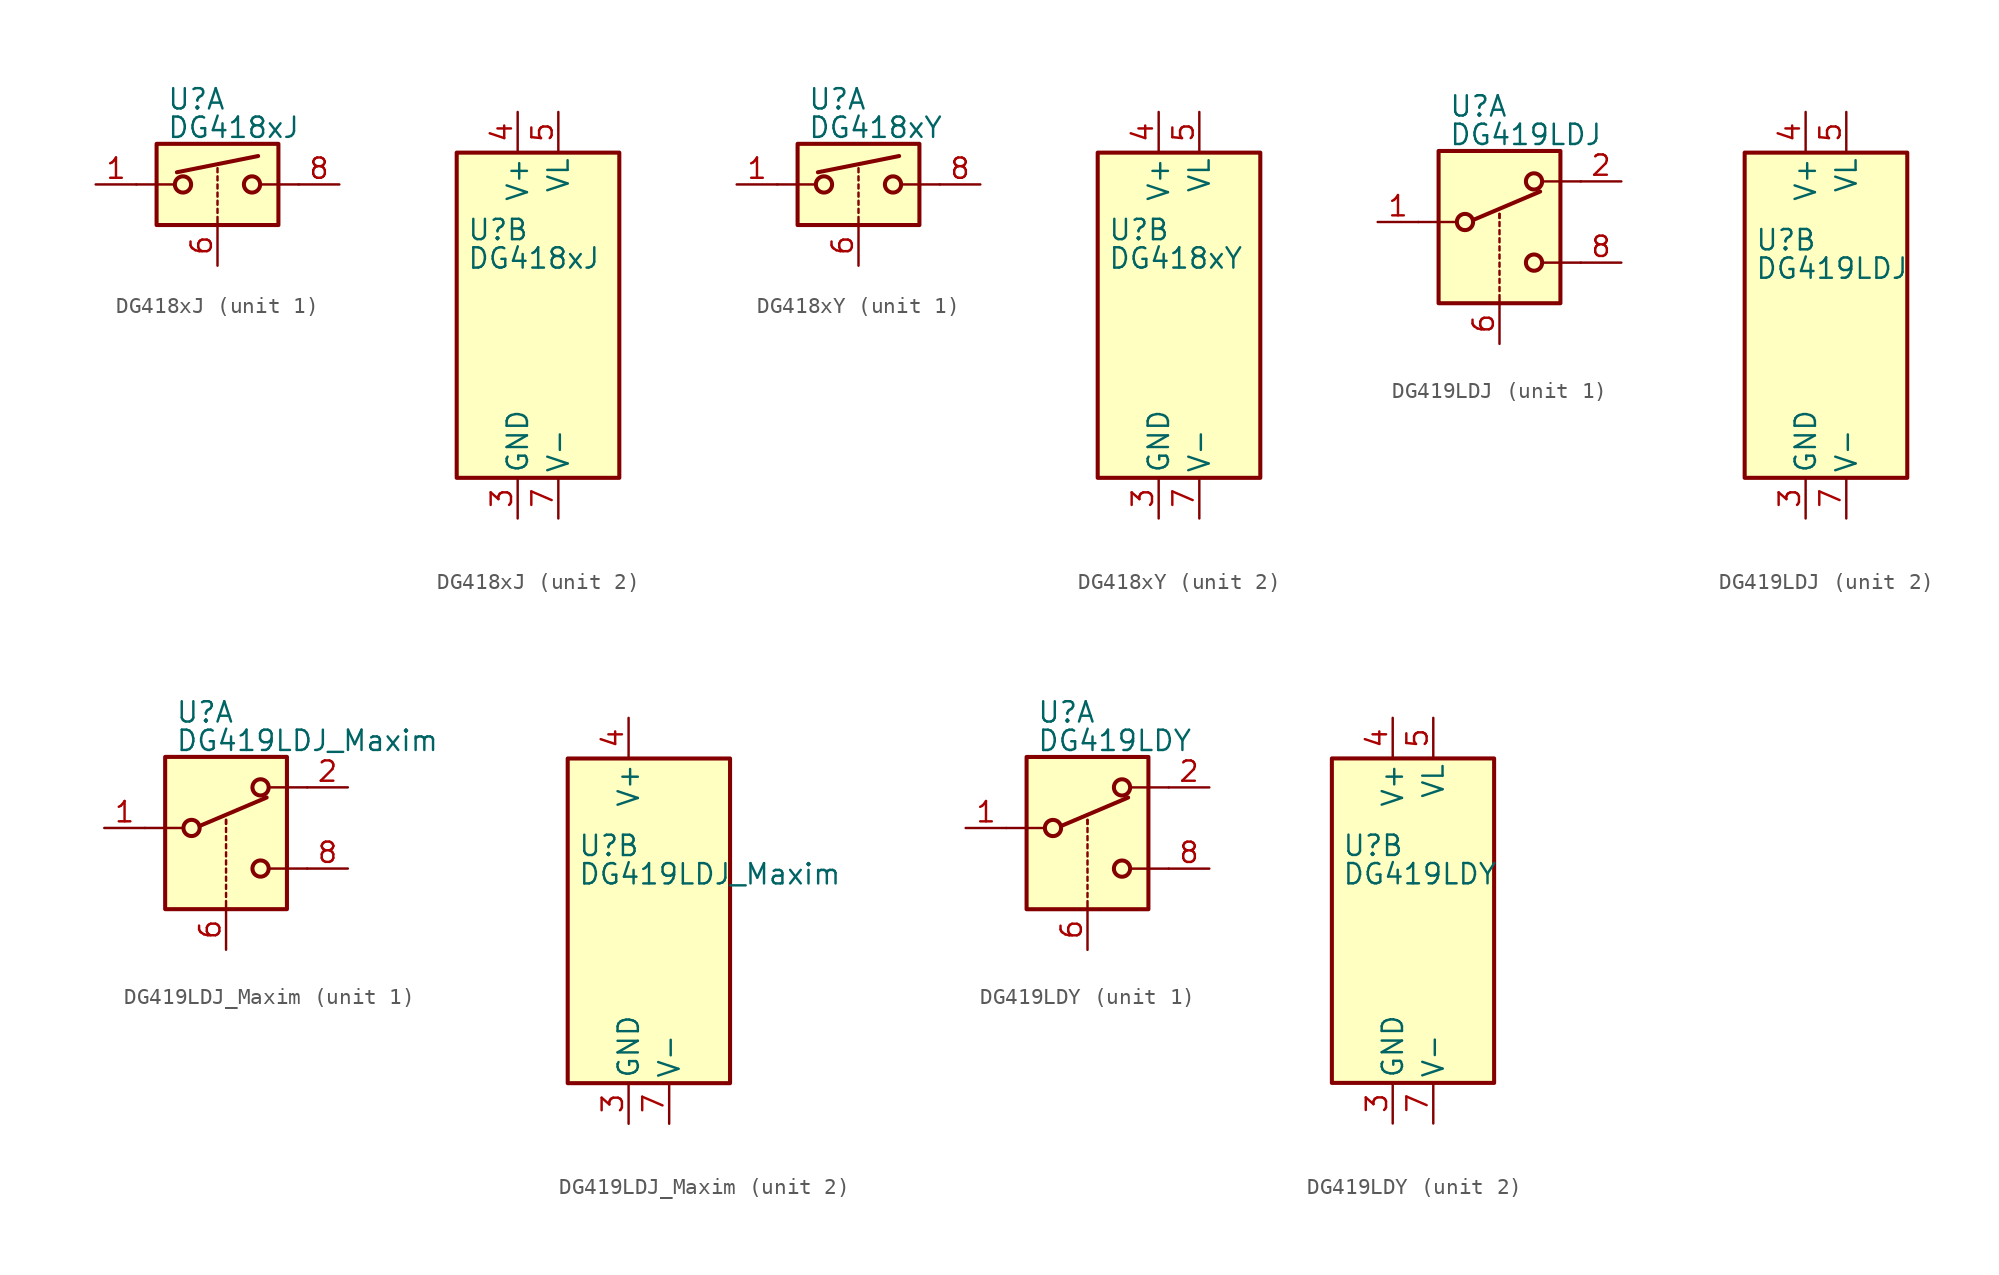
<source format=kicad_sym>
(kicad_symbol_lib
  (version 20211014)
  (generator kicad_symbol_editor)
  (symbol "DG418xJ"
    (pin_names
      (offset 0.254))
    (property "Reference" "U"
      (at -3.175 5.334 0)
      (effects (font (size 1.27 1.27)) (justify left)))
    (property "Value" "DG418xJ"
      (at -3.175 3.556 0)
      (effects (font (size 1.27 1.27)) (justify left)))
    (symbol "DG418xJ_1_1"
      (rectangle (start -3.81 2.54) (end 3.81 -2.54) (stroke (width 0.254) (type default) (color 0 0 0 0)) (fill (type background)))
      (circle (center -2.159 0) (radius 0.508) (stroke (width 0.254) (type default) (color 0 0 0 0)) (fill (type none)))
      (polyline (pts (xy -5.08 0) (xy -2.794 0)) (stroke (width 0) (type default) (color 0 0 0 0)) (fill (type none)))
      (polyline (pts (xy -2.54 0.762) (xy 2.54 1.778)) (stroke (width 0.254) (type default) (color 0 0 0 0)) (fill (type none)))
      (polyline (pts (xy 0 -2.54) (xy 0 -2.032)) (stroke (width 0) (type default) (color 0 0 0 0)) (fill (type none)))
      (polyline (pts (xy 0 -1.778) (xy 0 -1.524)) (stroke (width 0) (type default) (color 0 0 0 0)) (fill (type none)))
      (polyline (pts (xy 0 -1.27) (xy 0 -1.016)) (stroke (width 0) (type default) (color 0 0 0 0)) (fill (type none)))
      (polyline (pts (xy 0 -0.762) (xy 0 -0.508)) (stroke (width 0) (type default) (color 0 0 0 0)) (fill (type none)))
      (polyline (pts (xy 0 -0.254) (xy 0 0)) (stroke (width 0) (type default) (color 0 0 0 0)) (fill (type none)))
      (polyline (pts (xy 0 0.254) (xy 0 0.508)) (stroke (width 0) (type default) (color 0 0 0 0)) (fill (type none)))
      (polyline (pts (xy 0 0.762) (xy 0 1.016)) (stroke (width 0) (type default) (color 0 0 0 0)) (fill (type none)))
      (polyline (pts (xy 5.08 0) (xy 2.794 0)) (stroke (width 0) (type default) (color 0 0 0 0)) (fill (type none)))
      (circle (center 2.159 0) (radius 0.508) (stroke (width 0.254) (type default) (color 0 0 0 0)) (fill (type none)))
      (pin passive line (at -7.62 0 0) (length 2.54) (name "~" (effects (font (size 1.27 1.27)))) (number "1" (effects (font (size 1.27 1.27)))))
      (pin input line (at 0 -5.08 90) (length 2.54) (name "~" (effects (font (size 1.27 1.27)))) (number "6" (effects (font (size 1.27 1.27)))))
      (pin passive line (at 7.62 0 180) (length 2.54) (name "~" (effects (font (size 1.27 1.27)))) (number "8" (effects (font (size 1.27 1.27))))))
    (symbol "DG418xJ_2_0"
      (pin no_connect line (at -2.54 10.16 270) (length 2.54) hide (name "NC" (effects (font (size 1.27 1.27)))) (number "2" (effects (font (size 1.27 1.27)))))
      (pin power_in line (at 0 -12.7 90) (length 2.54) (name "GND" (effects (font (size 1.27 1.27)))) (number "3" (effects (font (size 1.27 1.27)))))
      (pin power_in line (at 0 12.7 270) (length 2.54) (name "V+" (effects (font (size 1.27 1.27)))) (number "4" (effects (font (size 1.27 1.27)))))
      (pin power_in line (at 2.54 12.7 270) (length 2.54) (name "VL" (effects (font (size 1.27 1.27)))) (number "5" (effects (font (size 1.27 1.27)))))
      (pin power_in line (at 2.54 -12.7 90) (length 2.54) (name "V-" (effects (font (size 1.27 1.27)))) (number "7" (effects (font (size 1.27 1.27))))))
    (symbol "DG418xJ_2_1"
      (rectangle (start -3.81 10.16) (end 6.35 -10.16) (stroke (width 0.254) (type default) (color 0 0 0 0)) (fill (type background)))))
  (symbol "DG418xY"
    (pin_names
      (offset 0.254))
    (property "Reference" "U"
      (at -3.175 5.334 0)
      (effects (font (size 1.27 1.27)) (justify left)))
    (property "Value" "DG418xY"
      (at -3.175 3.556 0)
      (effects (font (size 1.27 1.27)) (justify left)))
    (symbol "DG418xY_1_1"
      (rectangle (start -3.81 2.54) (end 3.81 -2.54) (stroke (width 0.254) (type default) (color 0 0 0 0)) (fill (type background)))
      (circle (center -2.159 0) (radius 0.508) (stroke (width 0.254) (type default) (color 0 0 0 0)) (fill (type none)))
      (polyline (pts (xy -5.08 0) (xy -2.794 0)) (stroke (width 0) (type default) (color 0 0 0 0)) (fill (type none)))
      (polyline (pts (xy -2.54 0.762) (xy 2.54 1.778)) (stroke (width 0.254) (type default) (color 0 0 0 0)) (fill (type none)))
      (polyline (pts (xy 0 -2.54) (xy 0 -2.032)) (stroke (width 0) (type default) (color 0 0 0 0)) (fill (type none)))
      (polyline (pts (xy 0 -1.778) (xy 0 -1.524)) (stroke (width 0) (type default) (color 0 0 0 0)) (fill (type none)))
      (polyline (pts (xy 0 -1.27) (xy 0 -1.016)) (stroke (width 0) (type default) (color 0 0 0 0)) (fill (type none)))
      (polyline (pts (xy 0 -0.762) (xy 0 -0.508)) (stroke (width 0) (type default) (color 0 0 0 0)) (fill (type none)))
      (polyline (pts (xy 0 -0.254) (xy 0 0)) (stroke (width 0) (type default) (color 0 0 0 0)) (fill (type none)))
      (polyline (pts (xy 0 0.254) (xy 0 0.508)) (stroke (width 0) (type default) (color 0 0 0 0)) (fill (type none)))
      (polyline (pts (xy 0 0.762) (xy 0 1.016)) (stroke (width 0) (type default) (color 0 0 0 0)) (fill (type none)))
      (polyline (pts (xy 5.08 0) (xy 2.794 0)) (stroke (width 0) (type default) (color 0 0 0 0)) (fill (type none)))
      (circle (center 2.159 0) (radius 0.508) (stroke (width 0.254) (type default) (color 0 0 0 0)) (fill (type none)))
      (pin passive line (at -7.62 0 0) (length 2.54) (name "~" (effects (font (size 1.27 1.27)))) (number "1" (effects (font (size 1.27 1.27)))))
      (pin input line (at 0 -5.08 90) (length 2.54) (name "~" (effects (font (size 1.27 1.27)))) (number "6" (effects (font (size 1.27 1.27)))))
      (pin passive line (at 7.62 0 180) (length 2.54) (name "~" (effects (font (size 1.27 1.27)))) (number "8" (effects (font (size 1.27 1.27))))))
    (symbol "DG418xY_2_0"
      (pin no_connect line (at -2.54 10.16 270) (length 2.54) hide (name "NC" (effects (font (size 1.27 1.27)))) (number "2" (effects (font (size 1.27 1.27)))))
      (pin power_in line (at 0 -12.7 90) (length 2.54) (name "GND" (effects (font (size 1.27 1.27)))) (number "3" (effects (font (size 1.27 1.27)))))
      (pin power_in line (at 0 12.7 270) (length 2.54) (name "V+" (effects (font (size 1.27 1.27)))) (number "4" (effects (font (size 1.27 1.27)))))
      (pin power_in line (at 2.54 12.7 270) (length 2.54) (name "VL" (effects (font (size 1.27 1.27)))) (number "5" (effects (font (size 1.27 1.27)))))
      (pin power_in line (at 2.54 -12.7 90) (length 2.54) (name "V-" (effects (font (size 1.27 1.27)))) (number "7" (effects (font (size 1.27 1.27))))))
    (symbol "DG418xY_2_1"
      (rectangle (start -3.81 10.16) (end 6.35 -10.16) (stroke (width 0.254) (type default) (color 0 0 0 0)) (fill (type background)))))
  (symbol "DG419LDJ"
    (pin_names
      (offset 0.254))
    (property "Reference" "U"
      (at -3.175 4.699 0)
      (effects (font (size 1.27 1.27)) (justify left)))
    (property "Value" "DG419LDJ"
      (at -3.175 2.921 0)
      (effects (font (size 1.27 1.27)) (justify left)))
    (symbol "DG419LDJ_1_1"
      (rectangle (start -3.81 1.905) (end 3.81 -7.62) (stroke (width 0.254) (type default) (color 0 0 0 0)) (fill (type background)))
      (circle (center -2.159 -2.54) (radius 0.508) (stroke (width 0.254) (type default) (color 0 0 0 0)) (fill (type none)))
      (polyline (pts (xy -5.08 -2.54) (xy -2.794 -2.54)) (stroke (width 0) (type default) (color 0 0 0 0)) (fill (type none)))
      (polyline (pts (xy -1.651 -2.413) (xy 2.54 -0.635)) (stroke (width 0.254) (type default) (color 0 0 0 0)) (fill (type none)))
      (polyline (pts (xy 0 -7.62) (xy 0 -7.112)) (stroke (width 0) (type default) (color 0 0 0 0)) (fill (type none)))
      (polyline (pts (xy 0 -6.858) (xy 0 -6.604)) (stroke (width 0) (type default) (color 0 0 0 0)) (fill (type none)))
      (polyline (pts (xy 0 -6.35) (xy 0 -6.096)) (stroke (width 0) (type default) (color 0 0 0 0)) (fill (type none)))
      (polyline (pts (xy 0 -5.842) (xy 0 -5.588)) (stroke (width 0) (type default) (color 0 0 0 0)) (fill (type none)))
      (polyline (pts (xy 0 -5.334) (xy 0 -5.08)) (stroke (width 0) (type default) (color 0 0 0 0)) (fill (type none)))
      (polyline (pts (xy 0 -4.826) (xy 0 -4.572)) (stroke (width 0) (type default) (color 0 0 0 0)) (fill (type none)))
      (polyline (pts (xy 0 -4.318) (xy 0 -4.064)) (stroke (width 0) (type default) (color 0 0 0 0)) (fill (type none)))
      (polyline (pts (xy 0 -3.81) (xy 0 -3.556)) (stroke (width 0) (type default) (color 0 0 0 0)) (fill (type none)))
      (polyline (pts (xy 0 -3.302) (xy 0 -3.048)) (stroke (width 0) (type default) (color 0 0 0 0)) (fill (type none)))
      (polyline (pts (xy 0 -2.794) (xy 0 -2.54)) (stroke (width 0) (type default) (color 0 0 0 0)) (fill (type none)))
      (polyline (pts (xy 0 -2.286) (xy 0 -2.032)) (stroke (width 0) (type default) (color 0 0 0 0)) (fill (type none)))
      (polyline (pts (xy 0 -2.286) (xy 0 -2.032)) (stroke (width 0) (type default) (color 0 0 0 0)) (fill (type none)))
      (polyline (pts (xy 5.08 -5.08) (xy 2.794 -5.08)) (stroke (width 0) (type default) (color 0 0 0 0)) (fill (type none)))
      (polyline (pts (xy 5.08 0) (xy 2.794 0)) (stroke (width 0) (type default) (color 0 0 0 0)) (fill (type none)))
      (circle (center 2.159 -5.08) (radius 0.508) (stroke (width 0.254) (type default) (color 0 0 0 0)) (fill (type none)))
      (circle (center 2.159 0) (radius 0.508) (stroke (width 0.254) (type default) (color 0 0 0 0)) (fill (type none)))
      (pin passive line (at -7.62 -2.54 0) (length 2.54) (name "~" (effects (font (size 1.27 1.27)))) (number "1" (effects (font (size 1.27 1.27)))))
      (pin passive line (at 7.62 0 180) (length 2.54) (name "~" (effects (font (size 1.27 1.27)))) (number "2" (effects (font (size 1.27 1.27)))))
      (pin input line (at 0 -10.16 90) (length 2.54) (name "~" (effects (font (size 1.27 1.27)))) (number "6" (effects (font (size 1.27 1.27)))))
      (pin passive line (at 7.62 -5.08 180) (length 2.54) (name "~" (effects (font (size 1.27 1.27)))) (number "8" (effects (font (size 1.27 1.27))))))
    (symbol "DG419LDJ_2_0"
      (pin power_in line (at 0 -12.7 90) (length 2.54) (name "GND" (effects (font (size 1.27 1.27)))) (number "3" (effects (font (size 1.27 1.27)))))
      (pin power_in line (at 0 12.7 270) (length 2.54) (name "V+" (effects (font (size 1.27 1.27)))) (number "4" (effects (font (size 1.27 1.27)))))
      (pin power_in line (at 2.54 12.7 270) (length 2.54) (name "VL" (effects (font (size 1.27 1.27)))) (number "5" (effects (font (size 1.27 1.27)))))
      (pin power_in line (at 2.54 -12.7 90) (length 2.54) (name "V-" (effects (font (size 1.27 1.27)))) (number "7" (effects (font (size 1.27 1.27))))))
    (symbol "DG419LDJ_2_1"
      (rectangle (start -3.81 10.16) (end 6.35 -10.16) (stroke (width 0.254) (type default) (color 0 0 0 0)) (fill (type background)))))
  (symbol "DG419LDJ_Maxim"
    (pin_names
      (offset 0.254))
    (property "Reference" "U"
      (at -3.175 4.699 0)
      (effects (font (size 1.27 1.27)) (justify left)))
    (property "Value" "DG419LDJ_Maxim"
      (at -3.175 2.921 0)
      (effects (font (size 1.27 1.27)) (justify left)))
    (symbol "DG419LDJ_Maxim_1_1"
      (rectangle (start -3.81 1.905) (end 3.81 -7.62) (stroke (width 0.254) (type default) (color 0 0 0 0)) (fill (type background)))
      (circle (center -2.159 -2.54) (radius 0.508) (stroke (width 0.254) (type default) (color 0 0 0 0)) (fill (type none)))
      (polyline (pts (xy -5.08 -2.54) (xy -2.794 -2.54)) (stroke (width 0) (type default) (color 0 0 0 0)) (fill (type none)))
      (polyline (pts (xy -1.651 -2.413) (xy 2.54 -0.635)) (stroke (width 0.254) (type default) (color 0 0 0 0)) (fill (type none)))
      (polyline (pts (xy 0 -7.62) (xy 0 -7.112)) (stroke (width 0) (type default) (color 0 0 0 0)) (fill (type none)))
      (polyline (pts (xy 0 -6.858) (xy 0 -6.604)) (stroke (width 0) (type default) (color 0 0 0 0)) (fill (type none)))
      (polyline (pts (xy 0 -6.35) (xy 0 -6.096)) (stroke (width 0) (type default) (color 0 0 0 0)) (fill (type none)))
      (polyline (pts (xy 0 -5.842) (xy 0 -5.588)) (stroke (width 0) (type default) (color 0 0 0 0)) (fill (type none)))
      (polyline (pts (xy 0 -5.334) (xy 0 -5.08)) (stroke (width 0) (type default) (color 0 0 0 0)) (fill (type none)))
      (polyline (pts (xy 0 -4.826) (xy 0 -4.572)) (stroke (width 0) (type default) (color 0 0 0 0)) (fill (type none)))
      (polyline (pts (xy 0 -4.318) (xy 0 -4.064)) (stroke (width 0) (type default) (color 0 0 0 0)) (fill (type none)))
      (polyline (pts (xy 0 -3.81) (xy 0 -3.556)) (stroke (width 0) (type default) (color 0 0 0 0)) (fill (type none)))
      (polyline (pts (xy 0 -3.302) (xy 0 -3.048)) (stroke (width 0) (type default) (color 0 0 0 0)) (fill (type none)))
      (polyline (pts (xy 0 -2.794) (xy 0 -2.54)) (stroke (width 0) (type default) (color 0 0 0 0)) (fill (type none)))
      (polyline (pts (xy 0 -2.286) (xy 0 -2.032)) (stroke (width 0) (type default) (color 0 0 0 0)) (fill (type none)))
      (polyline (pts (xy 0 -2.286) (xy 0 -2.032)) (stroke (width 0) (type default) (color 0 0 0 0)) (fill (type none)))
      (polyline (pts (xy 5.08 -5.08) (xy 2.794 -5.08)) (stroke (width 0) (type default) (color 0 0 0 0)) (fill (type none)))
      (polyline (pts (xy 5.08 0) (xy 2.794 0)) (stroke (width 0) (type default) (color 0 0 0 0)) (fill (type none)))
      (circle (center 2.159 -5.08) (radius 0.508) (stroke (width 0.254) (type default) (color 0 0 0 0)) (fill (type none)))
      (circle (center 2.159 0) (radius 0.508) (stroke (width 0.254) (type default) (color 0 0 0 0)) (fill (type none)))
      (pin passive line (at -7.62 -2.54 0) (length 2.54) (name "~" (effects (font (size 1.27 1.27)))) (number "1" (effects (font (size 1.27 1.27)))))
      (pin passive line (at 7.62 0 180) (length 2.54) (name "~" (effects (font (size 1.27 1.27)))) (number "2" (effects (font (size 1.27 1.27)))))
      (pin input line (at 0 -10.16 90) (length 2.54) (name "~" (effects (font (size 1.27 1.27)))) (number "6" (effects (font (size 1.27 1.27)))))
      (pin passive line (at 7.62 -5.08 180) (length 2.54) (name "~" (effects (font (size 1.27 1.27)))) (number "8" (effects (font (size 1.27 1.27))))))
    (symbol "DG419LDJ_Maxim_2_0"
      (pin power_in line (at 0 -12.7 90) (length 2.54) (name "GND" (effects (font (size 1.27 1.27)))) (number "3" (effects (font (size 1.27 1.27)))))
      (pin power_in line (at 0 12.7 270) (length 2.54) (name "V+" (effects (font (size 1.27 1.27)))) (number "4" (effects (font (size 1.27 1.27)))))
      (pin no_connect line (at 2.54 10.16 270) (length 2.54) hide (name "NC" (effects (font (size 1.27 1.27)))) (number "5" (effects (font (size 1.27 1.27)))))
      (pin power_in line (at 2.54 -12.7 90) (length 2.54) (name "V-" (effects (font (size 1.27 1.27)))) (number "7" (effects (font (size 1.27 1.27))))))
    (symbol "DG419LDJ_Maxim_2_1"
      (rectangle (start -3.81 10.16) (end 6.35 -10.16) (stroke (width 0.254) (type default) (color 0 0 0 0)) (fill (type background)))))
  (symbol "DG419LDY"
    (pin_names
      (offset 0.254))
    (property "Reference" "U"
      (at -3.175 4.699 0)
      (effects (font (size 1.27 1.27)) (justify left)))
    (property "Value" "DG419LDY"
      (at -3.175 2.921 0)
      (effects (font (size 1.27 1.27)) (justify left)))
    (symbol "DG419LDY_1_1"
      (rectangle (start -3.81 1.905) (end 3.81 -7.62) (stroke (width 0.254) (type default) (color 0 0 0 0)) (fill (type background)))
      (circle (center -2.159 -2.54) (radius 0.508) (stroke (width 0.254) (type default) (color 0 0 0 0)) (fill (type none)))
      (polyline (pts (xy -5.08 -2.54) (xy -2.794 -2.54)) (stroke (width 0) (type default) (color 0 0 0 0)) (fill (type none)))
      (polyline (pts (xy -1.651 -2.413) (xy 2.54 -0.635)) (stroke (width 0.254) (type default) (color 0 0 0 0)) (fill (type none)))
      (polyline (pts (xy 0 -7.62) (xy 0 -7.112)) (stroke (width 0) (type default) (color 0 0 0 0)) (fill (type none)))
      (polyline (pts (xy 0 -6.858) (xy 0 -6.604)) (stroke (width 0) (type default) (color 0 0 0 0)) (fill (type none)))
      (polyline (pts (xy 0 -6.35) (xy 0 -6.096)) (stroke (width 0) (type default) (color 0 0 0 0)) (fill (type none)))
      (polyline (pts (xy 0 -5.842) (xy 0 -5.588)) (stroke (width 0) (type default) (color 0 0 0 0)) (fill (type none)))
      (polyline (pts (xy 0 -5.334) (xy 0 -5.08)) (stroke (width 0) (type default) (color 0 0 0 0)) (fill (type none)))
      (polyline (pts (xy 0 -4.826) (xy 0 -4.572)) (stroke (width 0) (type default) (color 0 0 0 0)) (fill (type none)))
      (polyline (pts (xy 0 -4.318) (xy 0 -4.064)) (stroke (width 0) (type default) (color 0 0 0 0)) (fill (type none)))
      (polyline (pts (xy 0 -3.81) (xy 0 -3.556)) (stroke (width 0) (type default) (color 0 0 0 0)) (fill (type none)))
      (polyline (pts (xy 0 -3.302) (xy 0 -3.048)) (stroke (width 0) (type default) (color 0 0 0 0)) (fill (type none)))
      (polyline (pts (xy 0 -2.794) (xy 0 -2.54)) (stroke (width 0) (type default) (color 0 0 0 0)) (fill (type none)))
      (polyline (pts (xy 0 -2.286) (xy 0 -2.032)) (stroke (width 0) (type default) (color 0 0 0 0)) (fill (type none)))
      (polyline (pts (xy 0 -2.286) (xy 0 -2.032)) (stroke (width 0) (type default) (color 0 0 0 0)) (fill (type none)))
      (polyline (pts (xy 5.08 -5.08) (xy 2.794 -5.08)) (stroke (width 0) (type default) (color 0 0 0 0)) (fill (type none)))
      (polyline (pts (xy 5.08 0) (xy 2.794 0)) (stroke (width 0) (type default) (color 0 0 0 0)) (fill (type none)))
      (circle (center 2.159 -5.08) (radius 0.508) (stroke (width 0.254) (type default) (color 0 0 0 0)) (fill (type none)))
      (circle (center 2.159 0) (radius 0.508) (stroke (width 0.254) (type default) (color 0 0 0 0)) (fill (type none)))
      (pin passive line (at -7.62 -2.54 0) (length 2.54) (name "~" (effects (font (size 1.27 1.27)))) (number "1" (effects (font (size 1.27 1.27)))))
      (pin passive line (at 7.62 0 180) (length 2.54) (name "~" (effects (font (size 1.27 1.27)))) (number "2" (effects (font (size 1.27 1.27)))))
      (pin input line (at 0 -10.16 90) (length 2.54) (name "~" (effects (font (size 1.27 1.27)))) (number "6" (effects (font (size 1.27 1.27)))))
      (pin passive line (at 7.62 -5.08 180) (length 2.54) (name "~" (effects (font (size 1.27 1.27)))) (number "8" (effects (font (size 1.27 1.27))))))
    (symbol "DG419LDY_2_0"
      (pin power_in line (at 0 -12.7 90) (length 2.54) (name "GND" (effects (font (size 1.27 1.27)))) (number "3" (effects (font (size 1.27 1.27)))))
      (pin power_in line (at 0 12.7 270) (length 2.54) (name "V+" (effects (font (size 1.27 1.27)))) (number "4" (effects (font (size 1.27 1.27)))))
      (pin power_in line (at 2.54 12.7 270) (length 2.54) (name "VL" (effects (font (size 1.27 1.27)))) (number "5" (effects (font (size 1.27 1.27)))))
      (pin power_in line (at 2.54 -12.7 90) (length 2.54) (name "V-" (effects (font (size 1.27 1.27)))) (number "7" (effects (font (size 1.27 1.27))))))
    (symbol "DG419LDY_2_1"
      (rectangle (start -3.81 10.16) (end 6.35 -10.16) (stroke (width 0.254) (type default) (color 0 0 0 0)) (fill (type background))))))
</source>
